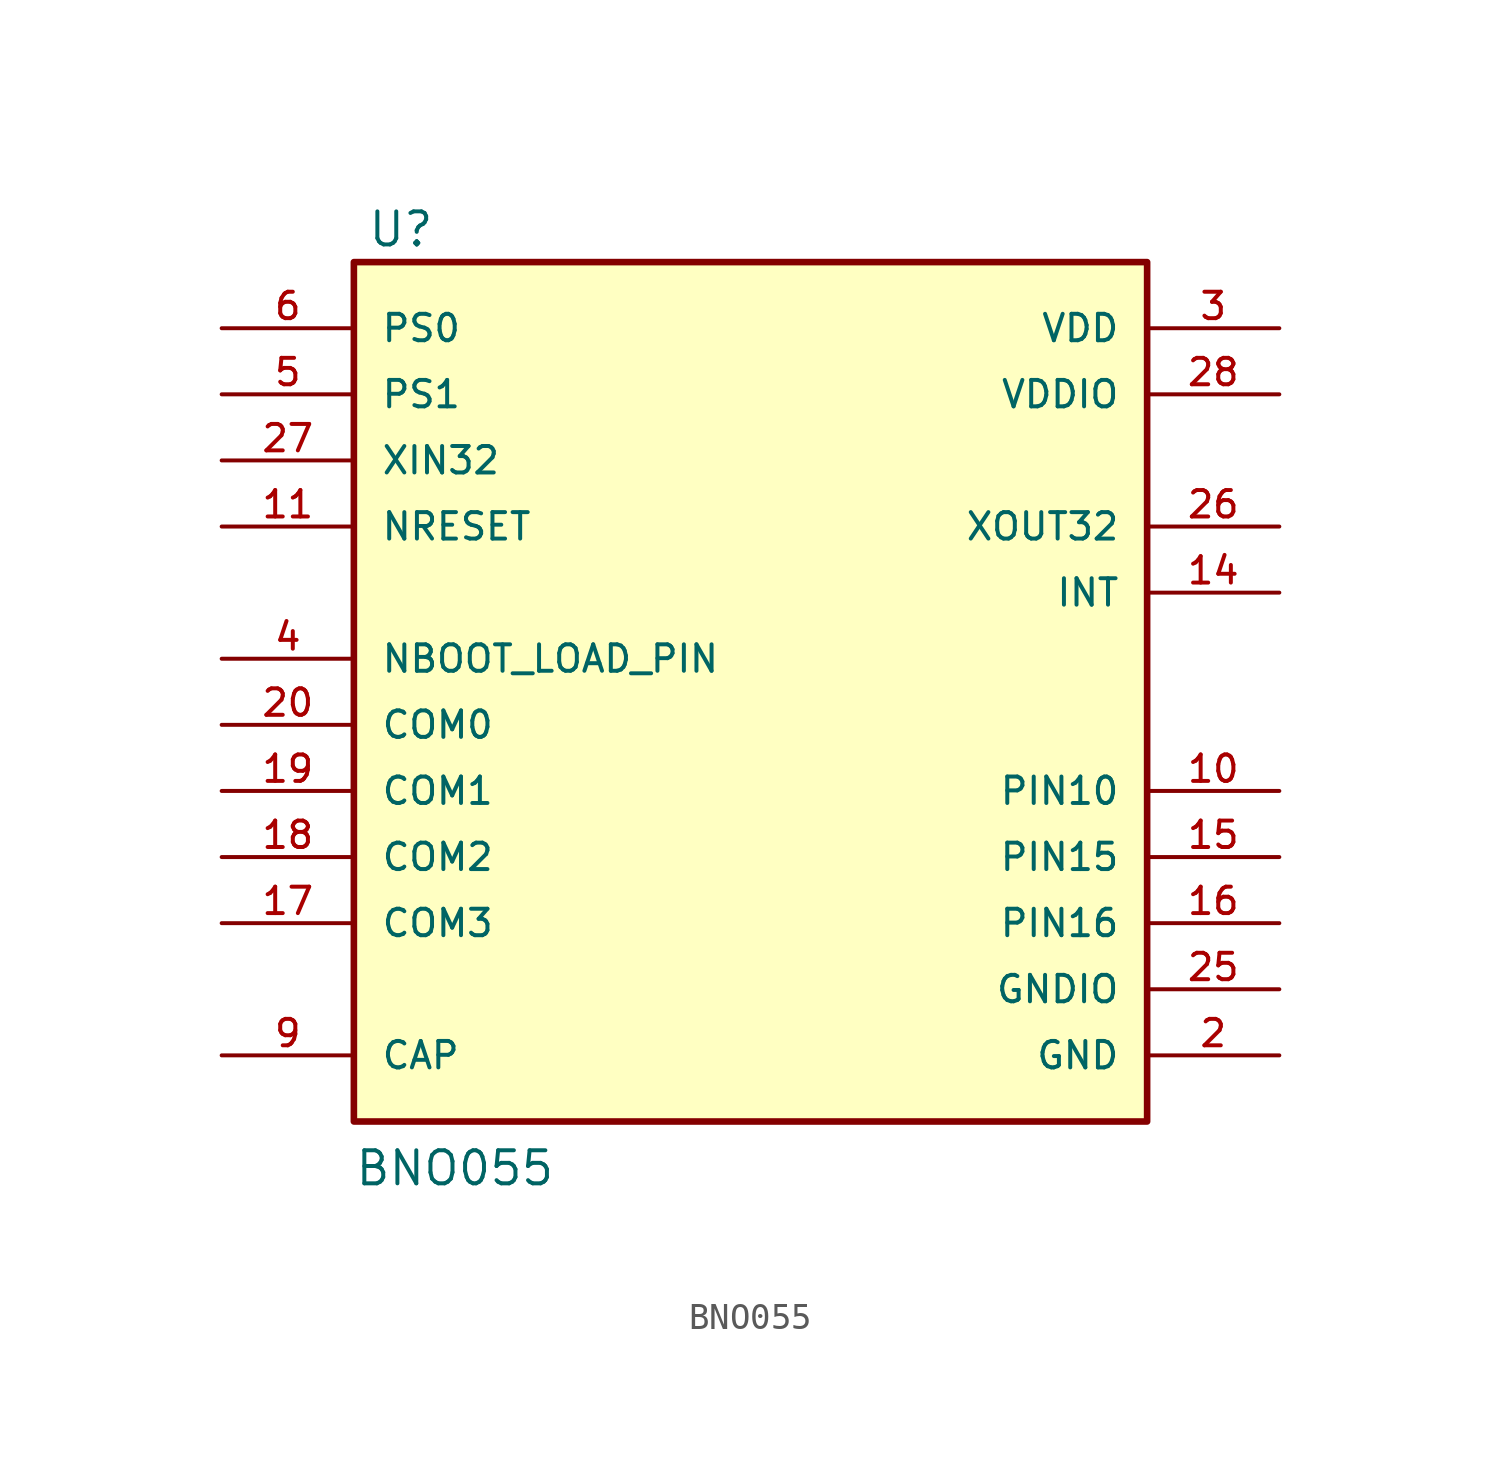
<source format=kicad_sym>
(kicad_symbol_lib
  (version 20211014)
  (generator kicad_symbol_editor)
  (symbol "BNO055"
    (pin_names
      (offset 1.016))
    (property "Reference" "U"
      (at -14.74 15.756 0)
      (effects (font (size 1.27 1.27)) (justify left bottom)))
    (property "Value" "BNO055"
      (at -15.24 -20.32 0)
      (effects (font (size 1.27 1.27)) (justify left bottom)))
    (symbol "BNO055_0_0"
      (rectangle (start -15.24 -17.78) (end 15.24 15.24) (stroke (width 0.254) (type default) (color 0 0 0 0)) (fill (type background)))
      (pin power_in line (at 20.32 -5.08 180) (length 5.08) (name "PIN10" (effects (font (size 1.016 1.016)))) (number "10" (effects (font (size 1.016 1.016)))))
      (pin input line (at -20.32 5.08 0) (length 5.08) (name "NRESET" (effects (font (size 1.016 1.016)))) (number "11" (effects (font (size 1.016 1.016)))))
      (pin output line (at 20.32 2.54 180) (length 5.08) (name "INT" (effects (font (size 1.016 1.016)))) (number "14" (effects (font (size 1.016 1.016)))))
      (pin power_in line (at 20.32 -7.62 180) (length 5.08) (name "PIN15" (effects (font (size 1.016 1.016)))) (number "15" (effects (font (size 1.016 1.016)))))
      (pin power_in line (at 20.32 -10.16 180) (length 5.08) (name "PIN16" (effects (font (size 1.016 1.016)))) (number "16" (effects (font (size 1.016 1.016)))))
      (pin bidirectional line (at -20.32 -10.16 0) (length 5.08) (name "COM3" (effects (font (size 1.016 1.016)))) (number "17" (effects (font (size 1.016 1.016)))))
      (pin bidirectional line (at -20.32 -7.62 0) (length 5.08) (name "COM2" (effects (font (size 1.016 1.016)))) (number "18" (effects (font (size 1.016 1.016)))))
      (pin bidirectional line (at -20.32 -5.08 0) (length 5.08) (name "COM1" (effects (font (size 1.016 1.016)))) (number "19" (effects (font (size 1.016 1.016)))))
      (pin power_in line (at 20.32 -15.24 180) (length 5.08) (name "GND" (effects (font (size 1.016 1.016)))) (number "2" (effects (font (size 1.016 1.016)))))
      (pin bidirectional line (at -20.32 -2.54 0) (length 5.08) (name "COM0" (effects (font (size 1.016 1.016)))) (number "20" (effects (font (size 1.016 1.016)))))
      (pin power_in line (at 20.32 -12.7 180) (length 5.08) (name "GNDIO" (effects (font (size 1.016 1.016)))) (number "25" (effects (font (size 1.016 1.016)))))
      (pin output line (at 20.32 5.08 180) (length 5.08) (name "XOUT32" (effects (font (size 1.016 1.016)))) (number "26" (effects (font (size 1.016 1.016)))))
      (pin input line (at -20.32 7.62 0) (length 5.08) (name "XIN32" (effects (font (size 1.016 1.016)))) (number "27" (effects (font (size 1.016 1.016)))))
      (pin power_in line (at 20.32 10.16 180) (length 5.08) (name "VDDIO" (effects (font (size 1.016 1.016)))) (number "28" (effects (font (size 1.016 1.016)))))
      (pin power_in line (at 20.32 12.7 180) (length 5.08) (name "VDD" (effects (font (size 1.016 1.016)))) (number "3" (effects (font (size 1.016 1.016)))))
      (pin bidirectional line (at -20.32 0 0) (length 5.08) (name "NBOOT_LOAD_PIN" (effects (font (size 1.016 1.016)))) (number "4" (effects (font (size 1.016 1.016)))))
      (pin input line (at -20.32 10.16 0) (length 5.08) (name "PS1" (effects (font (size 1.016 1.016)))) (number "5" (effects (font (size 1.016 1.016)))))
      (pin input line (at -20.32 12.7 0) (length 5.08) (name "PS0" (effects (font (size 1.016 1.016)))) (number "6" (effects (font (size 1.016 1.016)))))
      (pin passive line (at -20.32 -15.24 0) (length 5.08) (name "CAP" (effects (font (size 1.016 1.016)))) (number "9" (effects (font (size 1.016 1.016))))))))
</source>
